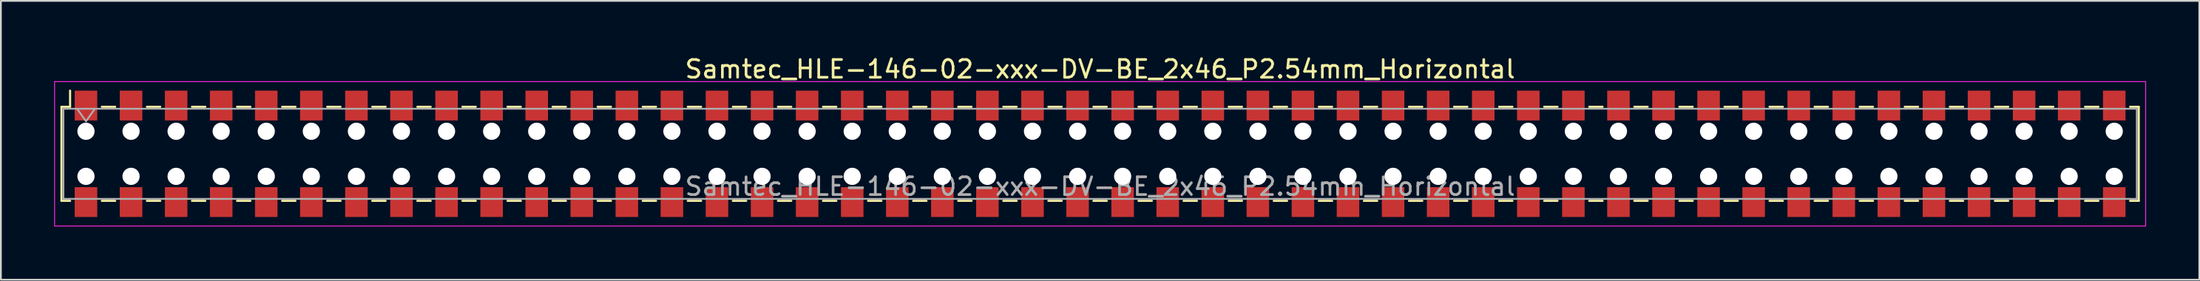
<source format=kicad_pcb>
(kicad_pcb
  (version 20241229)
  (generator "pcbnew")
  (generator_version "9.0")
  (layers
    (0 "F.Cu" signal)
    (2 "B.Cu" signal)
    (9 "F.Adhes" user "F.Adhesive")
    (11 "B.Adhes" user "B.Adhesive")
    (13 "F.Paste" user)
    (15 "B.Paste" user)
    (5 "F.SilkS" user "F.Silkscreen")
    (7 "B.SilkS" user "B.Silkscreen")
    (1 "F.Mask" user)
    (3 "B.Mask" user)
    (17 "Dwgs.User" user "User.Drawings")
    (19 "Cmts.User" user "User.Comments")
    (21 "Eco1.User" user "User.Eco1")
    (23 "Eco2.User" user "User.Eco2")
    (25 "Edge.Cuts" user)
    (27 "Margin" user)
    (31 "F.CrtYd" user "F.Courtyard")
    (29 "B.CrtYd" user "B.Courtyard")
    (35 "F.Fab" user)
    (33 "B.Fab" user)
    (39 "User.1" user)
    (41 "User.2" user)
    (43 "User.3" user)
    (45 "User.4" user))
  (footprint "Samtec_HLE-146-02-xxx-DV-BE_2x46_P2.54mm_Horizontal"
    (layer "F.Cu")
    (at 58.945 5.618)
    (property "Reference" "Samtec_HLE-146-02-xxx-DV-BE_2x46_P2.54mm_Horizontal" (at 0 -4.77 0) (layer "F.SilkS") (effects (font (size 1 1) (thickness 0.15))))
    (attr smd)
    (fp_line (start -58.53 -2.65) (end -58.53 2.65) (stroke (width 0.12) (type solid)) (layer "F.SilkS"))
    (fp_line (start -58.53 2.65) (end -58.045 2.65) (stroke (width 0.12) (type solid)) (layer "F.SilkS"))
    (fp_line (start -58.045 -3.56) (end -58.045 -2.65) (stroke (width 0.12) (type solid)) (layer "F.SilkS"))
    (fp_line (start -58.045 -2.65) (end -58.53 -2.65) (stroke (width 0.12) (type solid)) (layer "F.SilkS"))
    (fp_line (start -56.255 -2.65) (end -55.505 -2.65) (stroke (width 0.12) (type solid)) (layer "F.SilkS"))
    (fp_line (start -56.255 2.65) (end -55.505 2.65) (stroke (width 0.12) (type solid)) (layer "F.SilkS"))
    (fp_line (start -53.715 -2.65) (end -52.965 -2.65) (stroke (width 0.12) (type solid)) (layer "F.SilkS"))
    (fp_line (start -53.715 2.65) (end -52.965 2.65) (stroke (width 0.12) (type solid)) (layer "F.SilkS"))
    (fp_line (start -51.175 -2.65) (end -50.425 -2.65) (stroke (width 0.12) (type solid)) (layer "F.SilkS"))
    (fp_line (start -51.175 2.65) (end -50.425 2.65) (stroke (width 0.12) (type solid)) (layer "F.SilkS"))
    (fp_line (start -48.635 -2.65) (end -47.885 -2.65) (stroke (width 0.12) (type solid)) (layer "F.SilkS"))
    (fp_line (start -48.635 2.65) (end -47.885 2.65) (stroke (width 0.12) (type solid)) (layer "F.SilkS"))
    (fp_line (start -46.095 -2.65) (end -45.345 -2.65) (stroke (width 0.12) (type solid)) (layer "F.SilkS"))
    (fp_line (start -46.095 2.65) (end -45.345 2.65) (stroke (width 0.12) (type solid)) (layer "F.SilkS"))
    (fp_line (start -43.555 -2.65) (end -42.805 -2.65) (stroke (width 0.12) (type solid)) (layer "F.SilkS"))
    (fp_line (start -43.555 2.65) (end -42.805 2.65) (stroke (width 0.12) (type solid)) (layer "F.SilkS"))
    (fp_line (start -41.015 -2.65) (end -40.265 -2.65) (stroke (width 0.12) (type solid)) (layer "F.SilkS"))
    (fp_line (start -41.015 2.65) (end -40.265 2.65) (stroke (width 0.12) (type solid)) (layer "F.SilkS"))
    (fp_line (start -38.475 -2.65) (end -37.725 -2.65) (stroke (width 0.12) (type solid)) (layer "F.SilkS"))
    (fp_line (start -38.475 2.65) (end -37.725 2.65) (stroke (width 0.12) (type solid)) (layer "F.SilkS"))
    (fp_line (start -35.935 -2.65) (end -35.185 -2.65) (stroke (width 0.12) (type solid)) (layer "F.SilkS"))
    (fp_line (start -35.935 2.65) (end -35.185 2.65) (stroke (width 0.12) (type solid)) (layer "F.SilkS"))
    (fp_line (start -33.395 -2.65) (end -32.645 -2.65) (stroke (width 0.12) (type solid)) (layer "F.SilkS"))
    (fp_line (start -33.395 2.65) (end -32.645 2.65) (stroke (width 0.12) (type solid)) (layer "F.SilkS"))
    (fp_line (start -30.855 -2.65) (end -30.105 -2.65) (stroke (width 0.12) (type solid)) (layer "F.SilkS"))
    (fp_line (start -30.855 2.65) (end -30.105 2.65) (stroke (width 0.12) (type solid)) (layer "F.SilkS"))
    (fp_line (start -28.315 -2.65) (end -27.565 -2.65) (stroke (width 0.12) (type solid)) (layer "F.SilkS"))
    (fp_line (start -28.315 2.65) (end -27.565 2.65) (stroke (width 0.12) (type solid)) (layer "F.SilkS"))
    (fp_line (start -25.775 -2.65) (end -25.025 -2.65) (stroke (width 0.12) (type solid)) (layer "F.SilkS"))
    (fp_line (start -25.775 2.65) (end -25.025 2.65) (stroke (width 0.12) (type solid)) (layer "F.SilkS"))
    (fp_line (start -23.235 -2.65) (end -22.485 -2.65) (stroke (width 0.12) (type solid)) (layer "F.SilkS"))
    (fp_line (start -23.235 2.65) (end -22.485 2.65) (stroke (width 0.12) (type solid)) (layer "F.SilkS"))
    (fp_line (start -20.695 -2.65) (end -19.945 -2.65) (stroke (width 0.12) (type solid)) (layer "F.SilkS"))
    (fp_line (start -20.695 2.65) (end -19.945 2.65) (stroke (width 0.12) (type solid)) (layer "F.SilkS"))
    (fp_line (start -18.155 -2.65) (end -17.405 -2.65) (stroke (width 0.12) (type solid)) (layer "F.SilkS"))
    (fp_line (start -18.155 2.65) (end -17.405 2.65) (stroke (width 0.12) (type solid)) (layer "F.SilkS"))
    (fp_line (start -15.615 -2.65) (end -14.865 -2.65) (stroke (width 0.12) (type solid)) (layer "F.SilkS"))
    (fp_line (start -15.615 2.65) (end -14.865 2.65) (stroke (width 0.12) (type solid)) (layer "F.SilkS"))
    (fp_line (start -13.075 -2.65) (end -12.325 -2.65) (stroke (width 0.12) (type solid)) (layer "F.SilkS"))
    (fp_line (start -13.075 2.65) (end -12.325 2.65) (stroke (width 0.12) (type solid)) (layer "F.SilkS"))
    (fp_line (start -10.535 -2.65) (end -9.785 -2.65) (stroke (width 0.12) (type solid)) (layer "F.SilkS"))
    (fp_line (start -10.535 2.65) (end -9.785 2.65) (stroke (width 0.12) (type solid)) (layer "F.SilkS"))
    (fp_line (start -7.995 -2.65) (end -7.245 -2.65) (stroke (width 0.12) (type solid)) (layer "F.SilkS"))
    (fp_line (start -7.995 2.65) (end -7.245 2.65) (stroke (width 0.12) (type solid)) (layer "F.SilkS"))
    (fp_line (start -5.455 -2.65) (end -4.705 -2.65) (stroke (width 0.12) (type solid)) (layer "F.SilkS"))
    (fp_line (start -5.455 2.65) (end -4.705 2.65) (stroke (width 0.12) (type solid)) (layer "F.SilkS"))
    (fp_line (start -2.915 -2.65) (end -2.165 -2.65) (stroke (width 0.12) (type solid)) (layer "F.SilkS"))
    (fp_line (start -2.915 2.65) (end -2.165 2.65) (stroke (width 0.12) (type solid)) (layer "F.SilkS"))
    (fp_line (start -0.375 -2.65) (end 0.375 -2.65) (stroke (width 0.12) (type solid)) (layer "F.SilkS"))
    (fp_line (start -0.375 2.65) (end 0.375 2.65) (stroke (width 0.12) (type solid)) (layer "F.SilkS"))
    (fp_line (start 2.165 -2.65) (end 2.915 -2.65) (stroke (width 0.12) (type solid)) (layer "F.SilkS"))
    (fp_line (start 2.165 2.65) (end 2.915 2.65) (stroke (width 0.12) (type solid)) (layer "F.SilkS"))
    (fp_line (start 4.705 -2.65) (end 5.455 -2.65) (stroke (width 0.12) (type solid)) (layer "F.SilkS"))
    (fp_line (start 4.705 2.65) (end 5.455 2.65) (stroke (width 0.12) (type solid)) (layer "F.SilkS"))
    (fp_line (start 7.245 -2.65) (end 7.995 -2.65) (stroke (width 0.12) (type solid)) (layer "F.SilkS"))
    (fp_line (start 7.245 2.65) (end 7.995 2.65) (stroke (width 0.12) (type solid)) (layer "F.SilkS"))
    (fp_line (start 9.785 -2.65) (end 10.535 -2.65) (stroke (width 0.12) (type solid)) (layer "F.SilkS"))
    (fp_line (start 9.785 2.65) (end 10.535 2.65) (stroke (width 0.12) (type solid)) (layer "F.SilkS"))
    (fp_line (start 12.325 -2.65) (end 13.075 -2.65) (stroke (width 0.12) (type solid)) (layer "F.SilkS"))
    (fp_line (start 12.325 2.65) (end 13.075 2.65) (stroke (width 0.12) (type solid)) (layer "F.SilkS"))
    (fp_line (start 14.865 -2.65) (end 15.615 -2.65) (stroke (width 0.12) (type solid)) (layer "F.SilkS"))
    (fp_line (start 14.865 2.65) (end 15.615 2.65) (stroke (width 0.12) (type solid)) (layer "F.SilkS"))
    (fp_line (start 17.405 -2.65) (end 18.155 -2.65) (stroke (width 0.12) (type solid)) (layer "F.SilkS"))
    (fp_line (start 17.405 2.65) (end 18.155 2.65) (stroke (width 0.12) (type solid)) (layer "F.SilkS"))
    (fp_line (start 19.945 -2.65) (end 20.695 -2.65) (stroke (width 0.12) (type solid)) (layer "F.SilkS"))
    (fp_line (start 19.945 2.65) (end 20.695 2.65) (stroke (width 0.12) (type solid)) (layer "F.SilkS"))
    (fp_line (start 22.485 -2.65) (end 23.235 -2.65) (stroke (width 0.12) (type solid)) (layer "F.SilkS"))
    (fp_line (start 22.485 2.65) (end 23.235 2.65) (stroke (width 0.12) (type solid)) (layer "F.SilkS"))
    (fp_line (start 25.025 -2.65) (end 25.775 -2.65) (stroke (width 0.12) (type solid)) (layer "F.SilkS"))
    (fp_line (start 25.025 2.65) (end 25.775 2.65) (stroke (width 0.12) (type solid)) (layer "F.SilkS"))
    (fp_line (start 27.565 -2.65) (end 28.315 -2.65) (stroke (width 0.12) (type solid)) (layer "F.SilkS"))
    (fp_line (start 27.565 2.65) (end 28.315 2.65) (stroke (width 0.12) (type solid)) (layer "F.SilkS"))
    (fp_line (start 30.105 -2.65) (end 30.855 -2.65) (stroke (width 0.12) (type solid)) (layer "F.SilkS"))
    (fp_line (start 30.105 2.65) (end 30.855 2.65) (stroke (width 0.12) (type solid)) (layer "F.SilkS"))
    (fp_line (start 32.645 -2.65) (end 33.395 -2.65) (stroke (width 0.12) (type solid)) (layer "F.SilkS"))
    (fp_line (start 32.645 2.65) (end 33.395 2.65) (stroke (width 0.12) (type solid)) (layer "F.SilkS"))
    (fp_line (start 35.185 -2.65) (end 35.935 -2.65) (stroke (width 0.12) (type solid)) (layer "F.SilkS"))
    (fp_line (start 35.185 2.65) (end 35.935 2.65) (stroke (width 0.12) (type solid)) (layer "F.SilkS"))
    (fp_line (start 37.725 -2.65) (end 38.475 -2.65) (stroke (width 0.12) (type solid)) (layer "F.SilkS"))
    (fp_line (start 37.725 2.65) (end 38.475 2.65) (stroke (width 0.12) (type solid)) (layer "F.SilkS"))
    (fp_line (start 40.265 -2.65) (end 41.015 -2.65) (stroke (width 0.12) (type solid)) (layer "F.SilkS"))
    (fp_line (start 40.265 2.65) (end 41.015 2.65) (stroke (width 0.12) (type solid)) (layer "F.SilkS"))
    (fp_line (start 42.805 -2.65) (end 43.555 -2.65) (stroke (width 0.12) (type solid)) (layer "F.SilkS"))
    (fp_line (start 42.805 2.65) (end 43.555 2.65) (stroke (width 0.12) (type solid)) (layer "F.SilkS"))
    (fp_line (start 45.345 -2.65) (end 46.095 -2.65) (stroke (width 0.12) (type solid)) (layer "F.SilkS"))
    (fp_line (start 45.345 2.65) (end 46.095 2.65) (stroke (width 0.12) (type solid)) (layer "F.SilkS"))
    (fp_line (start 47.885 -2.65) (end 48.635 -2.65) (stroke (width 0.12) (type solid)) (layer "F.SilkS"))
    (fp_line (start 47.885 2.65) (end 48.635 2.65) (stroke (width 0.12) (type solid)) (layer "F.SilkS"))
    (fp_line (start 50.425 -2.65) (end 51.175 -2.65) (stroke (width 0.12) (type solid)) (layer "F.SilkS"))
    (fp_line (start 50.425 2.65) (end 51.175 2.65) (stroke (width 0.12) (type solid)) (layer "F.SilkS"))
    (fp_line (start 52.965 -2.65) (end 53.715 -2.65) (stroke (width 0.12) (type solid)) (layer "F.SilkS"))
    (fp_line (start 52.965 2.65) (end 53.715 2.65) (stroke (width 0.12) (type solid)) (layer "F.SilkS"))
    (fp_line (start 55.505 -2.65) (end 56.255 -2.65) (stroke (width 0.12) (type solid)) (layer "F.SilkS"))
    (fp_line (start 55.505 2.65) (end 56.255 2.65) (stroke (width 0.12) (type solid)) (layer "F.SilkS"))
    (fp_line (start 58.045 -2.65) (end 58.53 -2.65) (stroke (width 0.12) (type solid)) (layer "F.SilkS"))
    (fp_line (start 58.53 -2.65) (end 58.53 2.65) (stroke (width 0.12) (type solid)) (layer "F.SilkS"))
    (fp_line (start 58.53 2.65) (end 58.045 2.65) (stroke (width 0.12) (type solid)) (layer "F.SilkS"))
    (fp_line (start -58.92 -4.07) (end 58.92 -4.07) (stroke (width 0.05) (type solid)) (layer "F.CrtYd"))
    (fp_line (start -58.92 4.07) (end -58.92 -4.07) (stroke (width 0.05) (type solid)) (layer "F.CrtYd"))
    (fp_line (start 58.92 -4.07) (end 58.92 4.07) (stroke (width 0.05) (type solid)) (layer "F.CrtYd"))
    (fp_line (start 58.92 4.07) (end -58.92 4.07) (stroke (width 0.05) (type solid)) (layer "F.CrtYd"))
    (fp_line (start -58.42 -2.54) (end 58.42 -2.54) (stroke (width 0.1) (type solid)) (layer "F.Fab"))
    (fp_line (start -58.42 2.54) (end -58.42 -2.54) (stroke (width 0.1) (type solid)) (layer "F.Fab"))
    (fp_line (start -57.65 -2.54) (end -57.15 -1.833) (stroke (width 0.1) (type solid)) (layer "F.Fab"))
    (fp_line (start -57.15 -1.833) (end -56.65 -2.54) (stroke (width 0.1) (type solid)) (layer "F.Fab"))
    (fp_line (start 58.42 -2.54) (end 58.42 2.54) (stroke (width 0.1) (type solid)) (layer "F.Fab"))
    (fp_line (start 58.42 2.54) (end -58.42 2.54) (stroke (width 0.1) (type solid)) (layer "F.Fab"))
    (fp_text user "${REFERENCE}" (at 0 1.84 0) (layer "F.Fab") (effects (font (size 1 1) (thickness 0.15))))
    (pad "" np_thru_hole circle (at -57.15 -1.27) (size 0.97 0.97) (drill 0.97) (layers "*.Cu" "*.Mask"))
    (pad "" np_thru_hole circle (at -57.15 1.27) (size 0.97 0.97) (drill 0.97) (layers "*.Cu" "*.Mask"))
    (pad "" np_thru_hole circle (at -54.61 -1.27) (size 0.97 0.97) (drill 0.97) (layers "*.Cu" "*.Mask"))
    (pad "" np_thru_hole circle (at -54.61 1.27) (size 0.97 0.97) (drill 0.97) (layers "*.Cu" "*.Mask"))
    (pad "" np_thru_hole circle (at -52.07 -1.27) (size 0.97 0.97) (drill 0.97) (layers "*.Cu" "*.Mask"))
    (pad "" np_thru_hole circle (at -52.07 1.27) (size 0.97 0.97) (drill 0.97) (layers "*.Cu" "*.Mask"))
    (pad "" np_thru_hole circle (at -49.53 -1.27) (size 0.97 0.97) (drill 0.97) (layers "*.Cu" "*.Mask"))
    (pad "" np_thru_hole circle (at -49.53 1.27) (size 0.97 0.97) (drill 0.97) (layers "*.Cu" "*.Mask"))
    (pad "" np_thru_hole circle (at -46.99 -1.27) (size 0.97 0.97) (drill 0.97) (layers "*.Cu" "*.Mask"))
    (pad "" np_thru_hole circle (at -46.99 1.27) (size 0.97 0.97) (drill 0.97) (layers "*.Cu" "*.Mask"))
    (pad "" np_thru_hole circle (at -44.45 -1.27) (size 0.97 0.97) (drill 0.97) (layers "*.Cu" "*.Mask"))
    (pad "" np_thru_hole circle (at -44.45 1.27) (size 0.97 0.97) (drill 0.97) (layers "*.Cu" "*.Mask"))
    (pad "" np_thru_hole circle (at -41.91 -1.27) (size 0.97 0.97) (drill 0.97) (layers "*.Cu" "*.Mask"))
    (pad "" np_thru_hole circle (at -41.91 1.27) (size 0.97 0.97) (drill 0.97) (layers "*.Cu" "*.Mask"))
    (pad "" np_thru_hole circle (at -39.37 -1.27) (size 0.97 0.97) (drill 0.97) (layers "*.Cu" "*.Mask"))
    (pad "" np_thru_hole circle (at -39.37 1.27) (size 0.97 0.97) (drill 0.97) (layers "*.Cu" "*.Mask"))
    (pad "" np_thru_hole circle (at -36.83 -1.27) (size 0.97 0.97) (drill 0.97) (layers "*.Cu" "*.Mask"))
    (pad "" np_thru_hole circle (at -36.83 1.27) (size 0.97 0.97) (drill 0.97) (layers "*.Cu" "*.Mask"))
    (pad "" np_thru_hole circle (at -34.29 -1.27) (size 0.97 0.97) (drill 0.97) (layers "*.Cu" "*.Mask"))
    (pad "" np_thru_hole circle (at -34.29 1.27) (size 0.97 0.97) (drill 0.97) (layers "*.Cu" "*.Mask"))
    (pad "" np_thru_hole circle (at -31.75 -1.27) (size 0.97 0.97) (drill 0.97) (layers "*.Cu" "*.Mask"))
    (pad "" np_thru_hole circle (at -31.75 1.27) (size 0.97 0.97) (drill 0.97) (layers "*.Cu" "*.Mask"))
    (pad "" np_thru_hole circle (at -29.21 -1.27) (size 0.97 0.97) (drill 0.97) (layers "*.Cu" "*.Mask"))
    (pad "" np_thru_hole circle (at -29.21 1.27) (size 0.97 0.97) (drill 0.97) (layers "*.Cu" "*.Mask"))
    (pad "" np_thru_hole circle (at -26.67 -1.27) (size 0.97 0.97) (drill 0.97) (layers "*.Cu" "*.Mask"))
    (pad "" np_thru_hole circle (at -26.67 1.27) (size 0.97 0.97) (drill 0.97) (layers "*.Cu" "*.Mask"))
    (pad "" np_thru_hole circle (at -24.13 -1.27) (size 0.97 0.97) (drill 0.97) (layers "*.Cu" "*.Mask"))
    (pad "" np_thru_hole circle (at -24.13 1.27) (size 0.97 0.97) (drill 0.97) (layers "*.Cu" "*.Mask"))
    (pad "" np_thru_hole circle (at -21.59 -1.27) (size 0.97 0.97) (drill 0.97) (layers "*.Cu" "*.Mask"))
    (pad "" np_thru_hole circle (at -21.59 1.27) (size 0.97 0.97) (drill 0.97) (layers "*.Cu" "*.Mask"))
    (pad "" np_thru_hole circle (at -19.05 -1.27) (size 0.97 0.97) (drill 0.97) (layers "*.Cu" "*.Mask"))
    (pad "" np_thru_hole circle (at -19.05 1.27) (size 0.97 0.97) (drill 0.97) (layers "*.Cu" "*.Mask"))
    (pad "" np_thru_hole circle (at -16.51 -1.27) (size 0.97 0.97) (drill 0.97) (layers "*.Cu" "*.Mask"))
    (pad "" np_thru_hole circle (at -16.51 1.27) (size 0.97 0.97) (drill 0.97) (layers "*.Cu" "*.Mask"))
    (pad "" np_thru_hole circle (at -13.97 -1.27) (size 0.97 0.97) (drill 0.97) (layers "*.Cu" "*.Mask"))
    (pad "" np_thru_hole circle (at -13.97 1.27) (size 0.97 0.97) (drill 0.97) (layers "*.Cu" "*.Mask"))
    (pad "" np_thru_hole circle (at -11.43 -1.27) (size 0.97 0.97) (drill 0.97) (layers "*.Cu" "*.Mask"))
    (pad "" np_thru_hole circle (at -11.43 1.27) (size 0.97 0.97) (drill 0.97) (layers "*.Cu" "*.Mask"))
    (pad "" np_thru_hole circle (at -8.89 -1.27) (size 0.97 0.97) (drill 0.97) (layers "*.Cu" "*.Mask"))
    (pad "" np_thru_hole circle (at -8.89 1.27) (size 0.97 0.97) (drill 0.97) (layers "*.Cu" "*.Mask"))
    (pad "" np_thru_hole circle (at -6.35 -1.27) (size 0.97 0.97) (drill 0.97) (layers "*.Cu" "*.Mask"))
    (pad "" np_thru_hole circle (at -6.35 1.27) (size 0.97 0.97) (drill 0.97) (layers "*.Cu" "*.Mask"))
    (pad "" np_thru_hole circle (at -3.81 -1.27) (size 0.97 0.97) (drill 0.97) (layers "*.Cu" "*.Mask"))
    (pad "" np_thru_hole circle (at -3.81 1.27) (size 0.97 0.97) (drill 0.97) (layers "*.Cu" "*.Mask"))
    (pad "" np_thru_hole circle (at -1.27 -1.27) (size 0.97 0.97) (drill 0.97) (layers "*.Cu" "*.Mask"))
    (pad "" np_thru_hole circle (at -1.27 1.27) (size 0.97 0.97) (drill 0.97) (layers "*.Cu" "*.Mask"))
    (pad "" np_thru_hole circle (at 1.27 -1.27) (size 0.97 0.97) (drill 0.97) (layers "*.Cu" "*.Mask"))
    (pad "" np_thru_hole circle (at 1.27 1.27) (size 0.97 0.97) (drill 0.97) (layers "*.Cu" "*.Mask"))
    (pad "" np_thru_hole circle (at 3.81 -1.27) (size 0.97 0.97) (drill 0.97) (layers "*.Cu" "*.Mask"))
    (pad "" np_thru_hole circle (at 3.81 1.27) (size 0.97 0.97) (drill 0.97) (layers "*.Cu" "*.Mask"))
    (pad "" np_thru_hole circle (at 6.35 -1.27) (size 0.97 0.97) (drill 0.97) (layers "*.Cu" "*.Mask"))
    (pad "" np_thru_hole circle (at 6.35 1.27) (size 0.97 0.97) (drill 0.97) (layers "*.Cu" "*.Mask"))
    (pad "" np_thru_hole circle (at 8.89 -1.27) (size 0.97 0.97) (drill 0.97) (layers "*.Cu" "*.Mask"))
    (pad "" np_thru_hole circle (at 8.89 1.27) (size 0.97 0.97) (drill 0.97) (layers "*.Cu" "*.Mask"))
    (pad "" np_thru_hole circle (at 11.43 -1.27) (size 0.97 0.97) (drill 0.97) (layers "*.Cu" "*.Mask"))
    (pad "" np_thru_hole circle (at 11.43 1.27) (size 0.97 0.97) (drill 0.97) (layers "*.Cu" "*.Mask"))
    (pad "" np_thru_hole circle (at 13.97 -1.27) (size 0.97 0.97) (drill 0.97) (layers "*.Cu" "*.Mask"))
    (pad "" np_thru_hole circle (at 13.97 1.27) (size 0.97 0.97) (drill 0.97) (layers "*.Cu" "*.Mask"))
    (pad "" np_thru_hole circle (at 16.51 -1.27) (size 0.97 0.97) (drill 0.97) (layers "*.Cu" "*.Mask"))
    (pad "" np_thru_hole circle (at 16.51 1.27) (size 0.97 0.97) (drill 0.97) (layers "*.Cu" "*.Mask"))
    (pad "" np_thru_hole circle (at 19.05 -1.27) (size 0.97 0.97) (drill 0.97) (layers "*.Cu" "*.Mask"))
    (pad "" np_thru_hole circle (at 19.05 1.27) (size 0.97 0.97) (drill 0.97) (layers "*.Cu" "*.Mask"))
    (pad "" np_thru_hole circle (at 21.59 -1.27) (size 0.97 0.97) (drill 0.97) (layers "*.Cu" "*.Mask"))
    (pad "" np_thru_hole circle (at 21.59 1.27) (size 0.97 0.97) (drill 0.97) (layers "*.Cu" "*.Mask"))
    (pad "" np_thru_hole circle (at 24.13 -1.27) (size 0.97 0.97) (drill 0.97) (layers "*.Cu" "*.Mask"))
    (pad "" np_thru_hole circle (at 24.13 1.27) (size 0.97 0.97) (drill 0.97) (layers "*.Cu" "*.Mask"))
    (pad "" np_thru_hole circle (at 26.67 -1.27) (size 0.97 0.97) (drill 0.97) (layers "*.Cu" "*.Mask"))
    (pad "" np_thru_hole circle (at 26.67 1.27) (size 0.97 0.97) (drill 0.97) (layers "*.Cu" "*.Mask"))
    (pad "" np_thru_hole circle (at 29.21 -1.27) (size 0.97 0.97) (drill 0.97) (layers "*.Cu" "*.Mask"))
    (pad "" np_thru_hole circle (at 29.21 1.27) (size 0.97 0.97) (drill 0.97) (layers "*.Cu" "*.Mask"))
    (pad "" np_thru_hole circle (at 31.75 -1.27) (size 0.97 0.97) (drill 0.97) (layers "*.Cu" "*.Mask"))
    (pad "" np_thru_hole circle (at 31.75 1.27) (size 0.97 0.97) (drill 0.97) (layers "*.Cu" "*.Mask"))
    (pad "" np_thru_hole circle (at 34.29 -1.27) (size 0.97 0.97) (drill 0.97) (layers "*.Cu" "*.Mask"))
    (pad "" np_thru_hole circle (at 34.29 1.27) (size 0.97 0.97) (drill 0.97) (layers "*.Cu" "*.Mask"))
    (pad "" np_thru_hole circle (at 36.83 -1.27) (size 0.97 0.97) (drill 0.97) (layers "*.Cu" "*.Mask"))
    (pad "" np_thru_hole circle (at 36.83 1.27) (size 0.97 0.97) (drill 0.97) (layers "*.Cu" "*.Mask"))
    (pad "" np_thru_hole circle (at 39.37 -1.27) (size 0.97 0.97) (drill 0.97) (layers "*.Cu" "*.Mask"))
    (pad "" np_thru_hole circle (at 39.37 1.27) (size 0.97 0.97) (drill 0.97) (layers "*.Cu" "*.Mask"))
    (pad "" np_thru_hole circle (at 41.91 -1.27) (size 0.97 0.97) (drill 0.97) (layers "*.Cu" "*.Mask"))
    (pad "" np_thru_hole circle (at 41.91 1.27) (size 0.97 0.97) (drill 0.97) (layers "*.Cu" "*.Mask"))
    (pad "" np_thru_hole circle (at 44.45 -1.27) (size 0.97 0.97) (drill 0.97) (layers "*.Cu" "*.Mask"))
    (pad "" np_thru_hole circle (at 44.45 1.27) (size 0.97 0.97) (drill 0.97) (layers "*.Cu" "*.Mask"))
    (pad "" np_thru_hole circle (at 46.99 -1.27) (size 0.97 0.97) (drill 0.97) (layers "*.Cu" "*.Mask"))
    (pad "" np_thru_hole circle (at 46.99 1.27) (size 0.97 0.97) (drill 0.97) (layers "*.Cu" "*.Mask"))
    (pad "" np_thru_hole circle (at 49.53 -1.27) (size 0.97 0.97) (drill 0.97) (layers "*.Cu" "*.Mask"))
    (pad "" np_thru_hole circle (at 49.53 1.27) (size 0.97 0.97) (drill 0.97) (layers "*.Cu" "*.Mask"))
    (pad "" np_thru_hole circle (at 52.07 -1.27) (size 0.97 0.97) (drill 0.97) (layers "*.Cu" "*.Mask"))
    (pad "" np_thru_hole circle (at 52.07 1.27) (size 0.97 0.97) (drill 0.97) (layers "*.Cu" "*.Mask"))
    (pad "" np_thru_hole circle (at 54.61 -1.27) (size 0.97 0.97) (drill 0.97) (layers "*.Cu" "*.Mask"))
    (pad "" np_thru_hole circle (at 54.61 1.27) (size 0.97 0.97) (drill 0.97) (layers "*.Cu" "*.Mask"))
    (pad "" np_thru_hole circle (at 57.15 -1.27) (size 0.97 0.97) (drill 0.97) (layers "*.Cu" "*.Mask"))
    (pad "" np_thru_hole circle (at 57.15 1.27) (size 0.97 0.97) (drill 0.97) (layers "*.Cu" "*.Mask"))
    (pad "1" smd rect (at -57.15 -2.72) (size 1.27 1.68) (layers "F.Cu" "F.Mask" "F.Paste"))
    (pad "2" smd rect (at -57.15 2.72) (size 1.27 1.68) (layers "F.Cu" "F.Mask" "F.Paste"))
    (pad "3" smd rect (at -54.61 -2.72) (size 1.27 1.68) (layers "F.Cu" "F.Mask" "F.Paste"))
    (pad "4" smd rect (at -54.61 2.72) (size 1.27 1.68) (layers "F.Cu" "F.Mask" "F.Paste"))
    (pad "5" smd rect (at -52.07 -2.72) (size 1.27 1.68) (layers "F.Cu" "F.Mask" "F.Paste"))
    (pad "6" smd rect (at -52.07 2.72) (size 1.27 1.68) (layers "F.Cu" "F.Mask" "F.Paste"))
    (pad "7" smd rect (at -49.53 -2.72) (size 1.27 1.68) (layers "F.Cu" "F.Mask" "F.Paste"))
    (pad "8" smd rect (at -49.53 2.72) (size 1.27 1.68) (layers "F.Cu" "F.Mask" "F.Paste"))
    (pad "9" smd rect (at -46.99 -2.72) (size 1.27 1.68) (layers "F.Cu" "F.Mask" "F.Paste"))
    (pad "10" smd rect (at -46.99 2.72) (size 1.27 1.68) (layers "F.Cu" "F.Mask" "F.Paste"))
    (pad "11" smd rect (at -44.45 -2.72) (size 1.27 1.68) (layers "F.Cu" "F.Mask" "F.Paste"))
    (pad "12" smd rect (at -44.45 2.72) (size 1.27 1.68) (layers "F.Cu" "F.Mask" "F.Paste"))
    (pad "13" smd rect (at -41.91 -2.72) (size 1.27 1.68) (layers "F.Cu" "F.Mask" "F.Paste"))
    (pad "14" smd rect (at -41.91 2.72) (size 1.27 1.68) (layers "F.Cu" "F.Mask" "F.Paste"))
    (pad "15" smd rect (at -39.37 -2.72) (size 1.27 1.68) (layers "F.Cu" "F.Mask" "F.Paste"))
    (pad "16" smd rect (at -39.37 2.72) (size 1.27 1.68) (layers "F.Cu" "F.Mask" "F.Paste"))
    (pad "17" smd rect (at -36.83 -2.72) (size 1.27 1.68) (layers "F.Cu" "F.Mask" "F.Paste"))
    (pad "18" smd rect (at -36.83 2.72) (size 1.27 1.68) (layers "F.Cu" "F.Mask" "F.Paste"))
    (pad "19" smd rect (at -34.29 -2.72) (size 1.27 1.68) (layers "F.Cu" "F.Mask" "F.Paste"))
    (pad "20" smd rect (at -34.29 2.72) (size 1.27 1.68) (layers "F.Cu" "F.Mask" "F.Paste"))
    (pad "21" smd rect (at -31.75 -2.72) (size 1.27 1.68) (layers "F.Cu" "F.Mask" "F.Paste"))
    (pad "22" smd rect (at -31.75 2.72) (size 1.27 1.68) (layers "F.Cu" "F.Mask" "F.Paste"))
    (pad "23" smd rect (at -29.21 -2.72) (size 1.27 1.68) (layers "F.Cu" "F.Mask" "F.Paste"))
    (pad "24" smd rect (at -29.21 2.72) (size 1.27 1.68) (layers "F.Cu" "F.Mask" "F.Paste"))
    (pad "25" smd rect (at -26.67 -2.72) (size 1.27 1.68) (layers "F.Cu" "F.Mask" "F.Paste"))
    (pad "26" smd rect (at -26.67 2.72) (size 1.27 1.68) (layers "F.Cu" "F.Mask" "F.Paste"))
    (pad "27" smd rect (at -24.13 -2.72) (size 1.27 1.68) (layers "F.Cu" "F.Mask" "F.Paste"))
    (pad "28" smd rect (at -24.13 2.72) (size 1.27 1.68) (layers "F.Cu" "F.Mask" "F.Paste"))
    (pad "29" smd rect (at -21.59 -2.72) (size 1.27 1.68) (layers "F.Cu" "F.Mask" "F.Paste"))
    (pad "30" smd rect (at -21.59 2.72) (size 1.27 1.68) (layers "F.Cu" "F.Mask" "F.Paste"))
    (pad "31" smd rect (at -19.05 -2.72) (size 1.27 1.68) (layers "F.Cu" "F.Mask" "F.Paste"))
    (pad "32" smd rect (at -19.05 2.72) (size 1.27 1.68) (layers "F.Cu" "F.Mask" "F.Paste"))
    (pad "33" smd rect (at -16.51 -2.72) (size 1.27 1.68) (layers "F.Cu" "F.Mask" "F.Paste"))
    (pad "34" smd rect (at -16.51 2.72) (size 1.27 1.68) (layers "F.Cu" "F.Mask" "F.Paste"))
    (pad "35" smd rect (at -13.97 -2.72) (size 1.27 1.68) (layers "F.Cu" "F.Mask" "F.Paste"))
    (pad "36" smd rect (at -13.97 2.72) (size 1.27 1.68) (layers "F.Cu" "F.Mask" "F.Paste"))
    (pad "37" smd rect (at -11.43 -2.72) (size 1.27 1.68) (layers "F.Cu" "F.Mask" "F.Paste"))
    (pad "38" smd rect (at -11.43 2.72) (size 1.27 1.68) (layers "F.Cu" "F.Mask" "F.Paste"))
    (pad "39" smd rect (at -8.89 -2.72) (size 1.27 1.68) (layers "F.Cu" "F.Mask" "F.Paste"))
    (pad "40" smd rect (at -8.89 2.72) (size 1.27 1.68) (layers "F.Cu" "F.Mask" "F.Paste"))
    (pad "41" smd rect (at -6.35 -2.72) (size 1.27 1.68) (layers "F.Cu" "F.Mask" "F.Paste"))
    (pad "42" smd rect (at -6.35 2.72) (size 1.27 1.68) (layers "F.Cu" "F.Mask" "F.Paste"))
    (pad "43" smd rect (at -3.81 -2.72) (size 1.27 1.68) (layers "F.Cu" "F.Mask" "F.Paste"))
    (pad "44" smd rect (at -3.81 2.72) (size 1.27 1.68) (layers "F.Cu" "F.Mask" "F.Paste"))
    (pad "45" smd rect (at -1.27 -2.72) (size 1.27 1.68) (layers "F.Cu" "F.Mask" "F.Paste"))
    (pad "46" smd rect (at -1.27 2.72) (size 1.27 1.68) (layers "F.Cu" "F.Mask" "F.Paste"))
    (pad "47" smd rect (at 1.27 -2.72) (size 1.27 1.68) (layers "F.Cu" "F.Mask" "F.Paste"))
    (pad "48" smd rect (at 1.27 2.72) (size 1.27 1.68) (layers "F.Cu" "F.Mask" "F.Paste"))
    (pad "49" smd rect (at 3.81 -2.72) (size 1.27 1.68) (layers "F.Cu" "F.Mask" "F.Paste"))
    (pad "50" smd rect (at 3.81 2.72) (size 1.27 1.68) (layers "F.Cu" "F.Mask" "F.Paste"))
    (pad "51" smd rect (at 6.35 -2.72) (size 1.27 1.68) (layers "F.Cu" "F.Mask" "F.Paste"))
    (pad "52" smd rect (at 6.35 2.72) (size 1.27 1.68) (layers "F.Cu" "F.Mask" "F.Paste"))
    (pad "53" smd rect (at 8.89 -2.72) (size 1.27 1.68) (layers "F.Cu" "F.Mask" "F.Paste"))
    (pad "54" smd rect (at 8.89 2.72) (size 1.27 1.68) (layers "F.Cu" "F.Mask" "F.Paste"))
    (pad "55" smd rect (at 11.43 -2.72) (size 1.27 1.68) (layers "F.Cu" "F.Mask" "F.Paste"))
    (pad "56" smd rect (at 11.43 2.72) (size 1.27 1.68) (layers "F.Cu" "F.Mask" "F.Paste"))
    (pad "57" smd rect (at 13.97 -2.72) (size 1.27 1.68) (layers "F.Cu" "F.Mask" "F.Paste"))
    (pad "58" smd rect (at 13.97 2.72) (size 1.27 1.68) (layers "F.Cu" "F.Mask" "F.Paste"))
    (pad "59" smd rect (at 16.51 -2.72) (size 1.27 1.68) (layers "F.Cu" "F.Mask" "F.Paste"))
    (pad "60" smd rect (at 16.51 2.72) (size 1.27 1.68) (layers "F.Cu" "F.Mask" "F.Paste"))
    (pad "61" smd rect (at 19.05 -2.72) (size 1.27 1.68) (layers "F.Cu" "F.Mask" "F.Paste"))
    (pad "62" smd rect (at 19.05 2.72) (size 1.27 1.68) (layers "F.Cu" "F.Mask" "F.Paste"))
    (pad "63" smd rect (at 21.59 -2.72) (size 1.27 1.68) (layers "F.Cu" "F.Mask" "F.Paste"))
    (pad "64" smd rect (at 21.59 2.72) (size 1.27 1.68) (layers "F.Cu" "F.Mask" "F.Paste"))
    (pad "65" smd rect (at 24.13 -2.72) (size 1.27 1.68) (layers "F.Cu" "F.Mask" "F.Paste"))
    (pad "66" smd rect (at 24.13 2.72) (size 1.27 1.68) (layers "F.Cu" "F.Mask" "F.Paste"))
    (pad "67" smd rect (at 26.67 -2.72) (size 1.27 1.68) (layers "F.Cu" "F.Mask" "F.Paste"))
    (pad "68" smd rect (at 26.67 2.72) (size 1.27 1.68) (layers "F.Cu" "F.Mask" "F.Paste"))
    (pad "69" smd rect (at 29.21 -2.72) (size 1.27 1.68) (layers "F.Cu" "F.Mask" "F.Paste"))
    (pad "70" smd rect (at 29.21 2.72) (size 1.27 1.68) (layers "F.Cu" "F.Mask" "F.Paste"))
    (pad "71" smd rect (at 31.75 -2.72) (size 1.27 1.68) (layers "F.Cu" "F.Mask" "F.Paste"))
    (pad "72" smd rect (at 31.75 2.72) (size 1.27 1.68) (layers "F.Cu" "F.Mask" "F.Paste"))
    (pad "73" smd rect (at 34.29 -2.72) (size 1.27 1.68) (layers "F.Cu" "F.Mask" "F.Paste"))
    (pad "74" smd rect (at 34.29 2.72) (size 1.27 1.68) (layers "F.Cu" "F.Mask" "F.Paste"))
    (pad "75" smd rect (at 36.83 -2.72) (size 1.27 1.68) (layers "F.Cu" "F.Mask" "F.Paste"))
    (pad "76" smd rect (at 36.83 2.72) (size 1.27 1.68) (layers "F.Cu" "F.Mask" "F.Paste"))
    (pad "77" smd rect (at 39.37 -2.72) (size 1.27 1.68) (layers "F.Cu" "F.Mask" "F.Paste"))
    (pad "78" smd rect (at 39.37 2.72) (size 1.27 1.68) (layers "F.Cu" "F.Mask" "F.Paste"))
    (pad "79" smd rect (at 41.91 -2.72) (size 1.27 1.68) (layers "F.Cu" "F.Mask" "F.Paste"))
    (pad "80" smd rect (at 41.91 2.72) (size 1.27 1.68) (layers "F.Cu" "F.Mask" "F.Paste"))
    (pad "81" smd rect (at 44.45 -2.72) (size 1.27 1.68) (layers "F.Cu" "F.Mask" "F.Paste"))
    (pad "82" smd rect (at 44.45 2.72) (size 1.27 1.68) (layers "F.Cu" "F.Mask" "F.Paste"))
    (pad "83" smd rect (at 46.99 -2.72) (size 1.27 1.68) (layers "F.Cu" "F.Mask" "F.Paste"))
    (pad "84" smd rect (at 46.99 2.72) (size 1.27 1.68) (layers "F.Cu" "F.Mask" "F.Paste"))
    (pad "85" smd rect (at 49.53 -2.72) (size 1.27 1.68) (layers "F.Cu" "F.Mask" "F.Paste"))
    (pad "86" smd rect (at 49.53 2.72) (size 1.27 1.68) (layers "F.Cu" "F.Mask" "F.Paste"))
    (pad "87" smd rect (at 52.07 -2.72) (size 1.27 1.68) (layers "F.Cu" "F.Mask" "F.Paste"))
    (pad "88" smd rect (at 52.07 2.72) (size 1.27 1.68) (layers "F.Cu" "F.Mask" "F.Paste"))
    (pad "89" smd rect (at 54.61 -2.72) (size 1.27 1.68) (layers "F.Cu" "F.Mask" "F.Paste"))
    (pad "90" smd rect (at 54.61 2.72) (size 1.27 1.68) (layers "F.Cu" "F.Mask" "F.Paste"))
    (pad "91" smd rect (at 57.15 -2.72) (size 1.27 1.68) (layers "F.Cu" "F.Mask" "F.Paste"))
    (pad "92" smd rect (at 57.15 2.72) (size 1.27 1.68) (layers "F.Cu" "F.Mask" "F.Paste")))
  (gr_rect
    (start -3 -3)
    (end 120.89 12.713)
    (stroke (width 0.1) (type default))
    (fill no)
    (layer "Edge.Cuts")))
</source>
